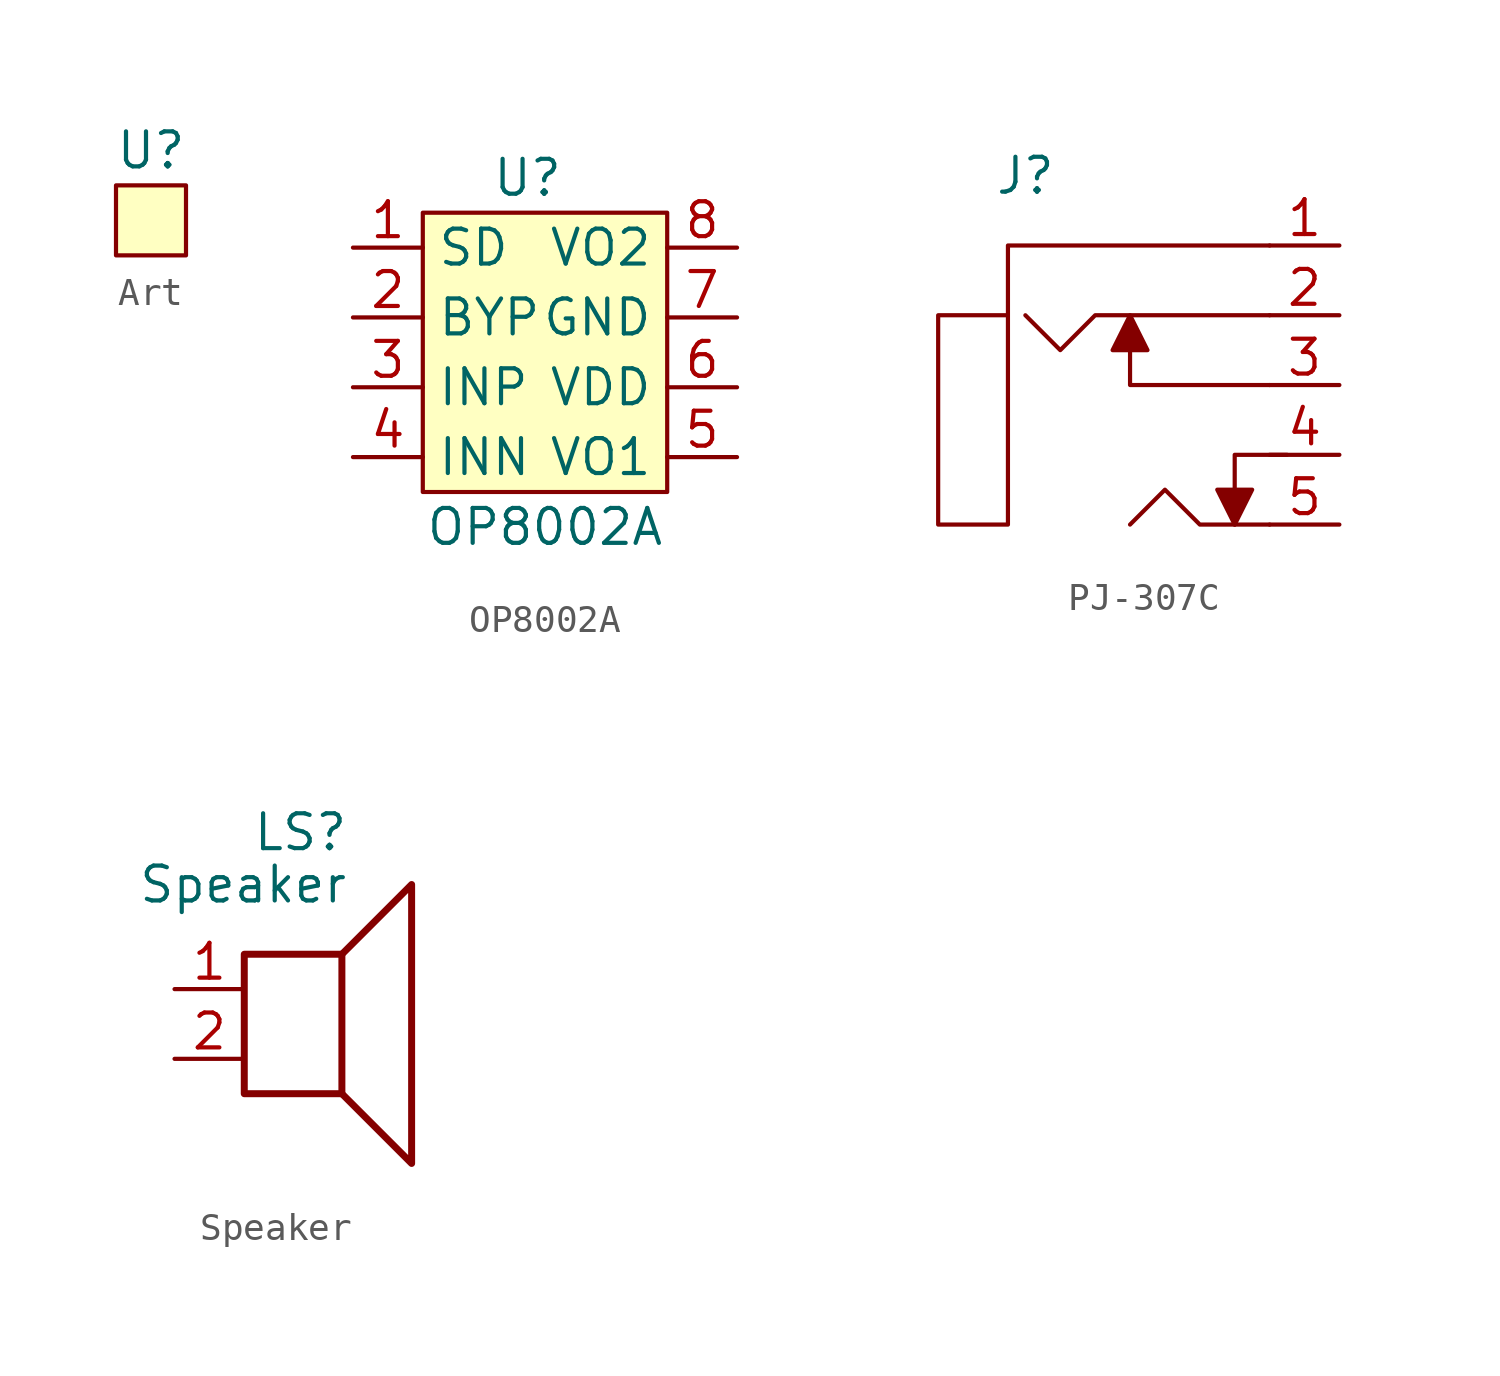
<source format=kicad_sym>
(kicad_symbol_lib
  (version 20220914)
  (generator kicad_symbol_editor)
  (symbol "Art"
    (property "Reference" "U"
      (at 0 2.54 0)
      (effects (font (size 1.27 1.27))))
    (property "Value" ""
      (at 0 0 0)
      (effects (font (size 1.27 1.27))))
    (symbol "Art_1_1"
      (rectangle (start -1.27 1.27) (end 1.27 -1.27) (stroke (width 0) (type default)) (fill (type background)))))
  (symbol "OP8002A"
    (property "Reference" "U"
      (at 0 6.35 0)
      (effects (font (size 1.27 1.27))))
    (property "Value" "OP8002A"
      (at 0.635 -6.35 0)
      (effects (font (size 1.27 1.27))))
    (symbol "OP8002A_1_1"
      (rectangle (start -3.81 5.08) (end 5.08 -5.08) (stroke (width 0) (type default)) (fill (type background)))
      (pin input line (at -6.35 3.81 0) (length 2.54) (name "SD" (effects (font (size 1.27 1.27)))) (number "1" (effects (font (size 1.27 1.27)))))
      (pin input line (at -6.35 1.27 0) (length 2.54) (name "BYP" (effects (font (size 1.27 1.27)))) (number "2" (effects (font (size 1.27 1.27)))))
      (pin input line (at -6.35 -1.27 0) (length 2.54) (name "INP" (effects (font (size 1.27 1.27)))) (number "3" (effects (font (size 1.27 1.27)))))
      (pin input line (at -6.35 -3.81 0) (length 2.54) (name "INN" (effects (font (size 1.27 1.27)))) (number "4" (effects (font (size 1.27 1.27)))))
      (pin input line (at 7.62 -3.81 180) (length 2.54) (name "VO1" (effects (font (size 1.27 1.27)))) (number "5" (effects (font (size 1.27 1.27)))))
      (pin input line (at 7.62 -1.27 180) (length 2.54) (name "VDD" (effects (font (size 1.27 1.27)))) (number "6" (effects (font (size 1.27 1.27)))))
      (pin input line (at 7.62 1.27 180) (length 2.54) (name "GND" (effects (font (size 1.27 1.27)))) (number "7" (effects (font (size 1.27 1.27)))))
      (pin input line (at 7.62 3.81 180) (length 2.54) (name "VO2" (effects (font (size 1.27 1.27)))) (number "8" (effects (font (size 1.27 1.27)))))))
  (symbol "PJ-307C"
    (property "Reference" "J"
      (at -8.89 7.62 0)
      (effects (font (size 1.27 1.27))))
    (property "Value" ""
      (at 0 2.54 0)
      (effects (font (size 1.27 1.27))))
    (symbol "PJ-307C_1_1"
      (polyline (pts (xy -1.27 -5.08) (xy -1.27 -2.54) (xy 0.635 -2.54)) (stroke (width 0) (type default)) (fill (type none)))
      (polyline (pts (xy 0 0) (xy -5.08 0) (xy -5.08 1.905)) (stroke (width 0) (type default)) (fill (type none)))
      (polyline (pts (xy -5.08 2.54) (xy -5.715 1.27) (xy -4.445 1.27) (xy -5.08 2.54)) (stroke (width 0) (type default)) (fill (type outline)))
      (polyline (pts (xy -1.27 -5.08) (xy -0.635 -3.81) (xy -1.905 -3.81) (xy -1.27 -5.08)) (stroke (width 0) (type default)) (fill (type outline)))
      (polyline (pts (xy 0 -5.08) (xy -2.54 -5.08) (xy -3.81 -3.81) (xy -5.08 -5.08)) (stroke (width 0) (type default)) (fill (type none)))
      (polyline (pts (xy 0 2.54) (xy -6.35 2.54) (xy -7.62 1.27) (xy -8.89 2.54)) (stroke (width 0) (type default)) (fill (type none)))
      (polyline (pts (xy 0 5.08) (xy -9.525 5.08) (xy -9.525 -5.08) (xy -12.065 -5.08) (xy -12.065 2.54) (xy -9.525 2.54)) (stroke (width 0) (type default)) (fill (type none)))
      (pin input line (at 2.54 5.08 180) (length 2.54) (name "" (effects (font (size 1.27 1.27)))) (number "1" (effects (font (size 1.27 1.27)))))
      (pin input line (at 2.54 2.54 180) (length 2.54) (name "" (effects (font (size 1.27 1.27)))) (number "2" (effects (font (size 1.27 1.27)))))
      (pin input line (at 2.54 0 180) (length 2.54) (name "" (effects (font (size 1.27 1.27)))) (number "3" (effects (font (size 1.27 1.27)))))
      (pin input line (at 2.54 -2.54 180) (length 2.54) (name "" (effects (font (size 1.27 1.27)))) (number "4" (effects (font (size 1.27 1.27)))))
      (pin input line (at 2.54 -5.08 180) (length 2.54) (name "" (effects (font (size 1.27 1.27)))) (number "5" (effects (font (size 1.27 1.27)))))))
  (symbol "Speaker"
    (pin_names
      (offset 0) hide)
    (property "Reference" "LS"
      (at 1.27 5.715 0)
      (effects (font (size 1.27 1.27)) (justify right)))
    (property "Value" "Speaker"
      (at 1.27 3.81 0)
      (effects (font (size 1.27 1.27)) (justify right)))
    (symbol "Speaker_0_0"
      (rectangle (start -2.54 1.27) (end 1.016 -3.81) (stroke (width 0.254) (type default)) (fill (type none)))
      (polyline (pts (xy 1.016 1.27) (xy 3.556 3.81) (xy 3.556 -6.35) (xy 1.016 -3.81)) (stroke (width 0.254) (type default)) (fill (type none))))
    (symbol "Speaker_1_1"
      (pin input line (at -5.08 0 0) (length 2.54) (name "1" (effects (font (size 1.27 1.27)))) (number "1" (effects (font (size 1.27 1.27)))))
      (pin input line (at -5.08 -2.54 0) (length 2.54) (name "2" (effects (font (size 1.27 1.27)))) (number "2" (effects (font (size 1.27 1.27))))))))
</source>
